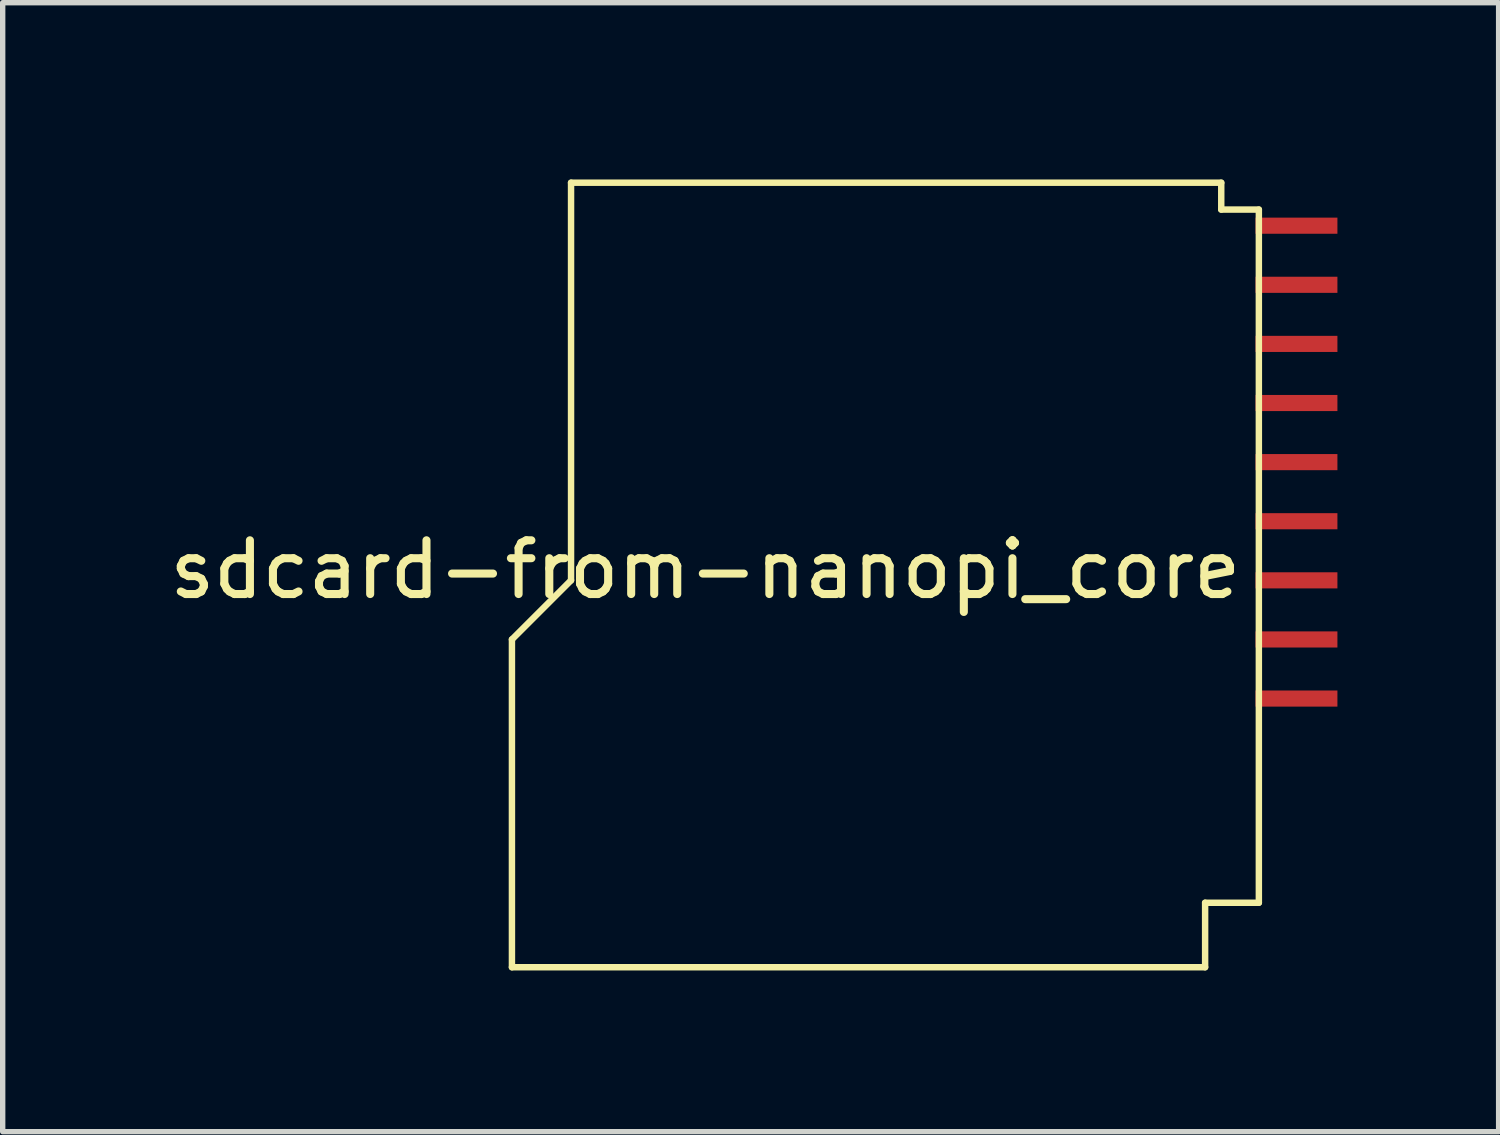
<source format=kicad_pcb>
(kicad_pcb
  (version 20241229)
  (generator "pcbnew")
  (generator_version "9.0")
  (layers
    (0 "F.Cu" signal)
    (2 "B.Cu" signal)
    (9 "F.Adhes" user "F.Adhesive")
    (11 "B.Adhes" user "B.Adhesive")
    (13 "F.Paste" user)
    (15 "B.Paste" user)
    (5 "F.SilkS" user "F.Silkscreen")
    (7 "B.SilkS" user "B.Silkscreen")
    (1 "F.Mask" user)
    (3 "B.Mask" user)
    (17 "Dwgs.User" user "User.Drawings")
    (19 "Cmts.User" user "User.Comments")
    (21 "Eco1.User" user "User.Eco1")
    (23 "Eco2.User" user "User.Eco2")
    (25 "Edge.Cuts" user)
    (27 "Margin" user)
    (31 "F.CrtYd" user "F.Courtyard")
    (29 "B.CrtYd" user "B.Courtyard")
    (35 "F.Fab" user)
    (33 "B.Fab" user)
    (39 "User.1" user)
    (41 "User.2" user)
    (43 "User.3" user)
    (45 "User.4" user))
  (footprint "sdcard-from-nanopi_core"
    (layer "F.Cu")
    (at 6.477 0.25)
    (property "Reference" "sdcard-from-nanopi_core" (at 3.6 7.3 0) (layer "F.SilkS") (effects (font (size 1 1) (thickness 0.15))))
    (attr through_hole)
    (fp_line (start 0 8.6) (end 0 14.7) (stroke (width 0.12) (type solid)) (layer "F.SilkS"))
    (fp_line (start 0 14.7) (end 12.9 14.7) (stroke (width 0.12) (type solid)) (layer "F.SilkS"))
    (fp_line (start 1.1 0.1) (end 1.1 7.5) (stroke (width 0.12) (type solid)) (layer "F.SilkS"))
    (fp_line (start 1.1 7.5) (end 0 8.6) (stroke (width 0.12) (type solid)) (layer "F.SilkS"))
    (fp_line (start 12.9 13.5) (end 13.9 13.5) (stroke (width 0.12) (type solid)) (layer "F.SilkS"))
    (fp_line (start 12.9 14.7) (end 12.9 13.5) (stroke (width 0.12) (type solid)) (layer "F.SilkS"))
    (fp_line (start 13.2 0.1) (end 1.1 0.1) (stroke (width 0.12) (type solid)) (layer "F.SilkS"))
    (fp_line (start 13.2 0.6) (end 13.2 0.1) (stroke (width 0.12) (type solid)) (layer "F.SilkS"))
    (fp_line (start 13.9 0.6) (end 13.2 0.6) (stroke (width 0.12) (type solid)) (layer "F.SilkS"))
    (fp_line (start 13.9 13.5) (end 13.9 0.6) (stroke (width 0.12) (type solid)) (layer "F.SilkS"))
    (pad "1" smd rect (at 14.6 0.9 270) (size 0.3 1.524) (layers "F.Cu" "F.Mask" "F.Paste"))
    (pad "2" smd rect (at 14.6 2 270) (size 0.3 1.524) (layers "F.Cu" "F.Mask" "F.Paste"))
    (pad "3" smd rect (at 14.6 3.1 270) (size 0.3 1.524) (layers "F.Cu" "F.Mask" "F.Paste"))
    (pad "4" smd rect (at 14.6 4.2 270) (size 0.3 1.524) (layers "F.Cu" "F.Mask" "F.Paste"))
    (pad "5" smd rect (at 14.6 5.3 270) (size 0.3 1.524) (layers "F.Cu" "F.Mask" "F.Paste"))
    (pad "6" smd rect (at 14.6 6.4 270) (size 0.3 1.524) (layers "F.Cu" "F.Mask" "F.Paste"))
    (pad "7" smd rect (at 14.6 7.5 270) (size 0.3 1.524) (layers "F.Cu" "F.Mask" "F.Paste"))
    (pad "8" smd rect (at 14.6 8.6 270) (size 0.3 1.524) (layers "F.Cu" "F.Mask" "F.Paste"))
    (pad "9" smd rect (at 14.6 9.7 270) (size 0.3 1.524) (layers "F.Cu" "F.Mask" "F.Paste")))
  (gr_rect
    (start -3 -3)
    (end 24.839 18.01)
    (stroke (width 0.1) (type default))
    (fill no)
    (layer "Edge.Cuts")))
</source>
